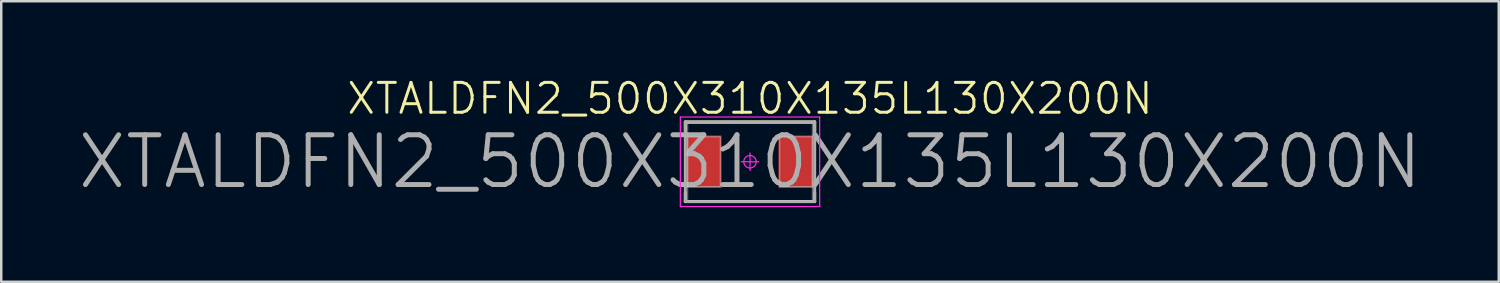
<source format=kicad_pcb>
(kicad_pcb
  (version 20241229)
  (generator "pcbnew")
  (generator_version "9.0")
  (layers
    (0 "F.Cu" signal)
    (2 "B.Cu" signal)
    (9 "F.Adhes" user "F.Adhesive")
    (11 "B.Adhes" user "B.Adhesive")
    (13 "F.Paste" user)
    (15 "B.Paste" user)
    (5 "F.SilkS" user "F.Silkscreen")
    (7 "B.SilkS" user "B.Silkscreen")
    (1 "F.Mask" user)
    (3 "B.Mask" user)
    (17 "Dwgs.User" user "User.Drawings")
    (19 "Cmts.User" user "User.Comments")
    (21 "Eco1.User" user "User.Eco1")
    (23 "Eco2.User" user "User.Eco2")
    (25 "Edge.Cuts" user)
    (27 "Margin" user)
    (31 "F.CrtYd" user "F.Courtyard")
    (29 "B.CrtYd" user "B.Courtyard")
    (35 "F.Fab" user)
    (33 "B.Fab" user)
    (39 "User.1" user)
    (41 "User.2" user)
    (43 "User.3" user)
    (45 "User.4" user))
  (footprint "XTALDFN2_500X310X135L130X200N"
    (layer "F.Cu")
    (at 27.1 3.453)
    (property "Reference" "XTALDFN2_500X310X135L130X200N" (at 0 -2.54 0) (layer "F.SilkS") (effects (font (size 1.2 1.2) (thickness 0.12))))
    (attr smd)
    (fp_line (start -2.6 -1.6) (end 2.6 -1.6) (stroke (width 0.12) (type solid)) (layer "F.SilkS"))
    (fp_line (start -2.6 -1.236) (end -2.6 -1.6) (stroke (width 0.12) (type solid)) (layer "F.SilkS"))
    (fp_line (start -2.6 1.6) (end -2.6 1.236) (stroke (width 0.12) (type solid)) (layer "F.SilkS"))
    (fp_line (start 2.6 -1.6) (end 2.6 -1.236) (stroke (width 0.12) (type solid)) (layer "F.SilkS"))
    (fp_line (start 2.6 1.236) (end 2.6 1.6) (stroke (width 0.12) (type solid)) (layer "F.SilkS"))
    (fp_line (start 2.6 1.6) (end -2.6 1.6) (stroke (width 0.12) (type solid)) (layer "F.SilkS"))
    (fp_line (start -2.5 -1.55) (end 2.5 -1.55) (stroke (width 0.025) (type solid)) (layer "Dwgs.User"))
    (fp_line (start -2.5 -1) (end -1.2 -1) (stroke (width 0.025) (type solid)) (layer "Dwgs.User"))
    (fp_line (start -2.5 1) (end -2.5 -1) (stroke (width 0.025) (type solid)) (layer "Dwgs.User"))
    (fp_line (start -2.5 1.55) (end -2.5 -1.55) (stroke (width 0.025) (type solid)) (layer "Dwgs.User"))
    (fp_line (start -1.2 -1) (end -1.2 1) (stroke (width 0.025) (type solid)) (layer "Dwgs.User"))
    (fp_line (start -1.2 1) (end -2.5 1) (stroke (width 0.025) (type solid)) (layer "Dwgs.User"))
    (fp_line (start 1.2 -1) (end 2.5 -1) (stroke (width 0.025) (type solid)) (layer "Dwgs.User"))
    (fp_line (start 1.2 1) (end 1.2 -1) (stroke (width 0.025) (type solid)) (layer "Dwgs.User"))
    (fp_line (start 2.5 -1.55) (end 2.5 1.55) (stroke (width 0.025) (type solid)) (layer "Dwgs.User"))
    (fp_line (start 2.5 -1) (end 2.5 1) (stroke (width 0.025) (type solid)) (layer "Dwgs.User"))
    (fp_line (start 2.5 1) (end 1.2 1) (stroke (width 0.025) (type solid)) (layer "Dwgs.User"))
    (fp_line (start 2.5 1.55) (end -2.5 1.55) (stroke (width 0.025) (type solid)) (layer "Dwgs.User"))
    (fp_line (start -2.8 -1.8) (end -2.8 1.8) (stroke (width 0.05) (type solid)) (layer "F.CrtYd"))
    (fp_line (start -2.8 1.8) (end 2.8 1.8) (stroke (width 0.05) (type solid)) (layer "F.CrtYd"))
    (fp_line (start 0 -0.35) (end 0 0.35) (stroke (width 0.05) (type solid)) (layer "F.CrtYd"))
    (fp_line (start 0.35 0) (end -0.35 0) (stroke (width 0.05) (type solid)) (layer "F.CrtYd"))
    (fp_line (start 2.8 -1.8) (end -2.8 -1.8) (stroke (width 0.05) (type solid)) (layer "F.CrtYd"))
    (fp_line (start 2.8 1.8) (end 2.8 -1.8) (stroke (width 0.05) (type solid)) (layer "F.CrtYd"))
    (fp_circle (center 0 0) (end 0 0.25) (stroke (width 0.05) (type solid)) (fill no) (layer "F.CrtYd"))
    (fp_line (start -2.6 -1.6) (end 2.6 -1.6) (stroke (width 0.12) (type solid)) (layer "F.Fab"))
    (fp_line (start -2.6 1.6) (end -2.6 -1.6) (stroke (width 0.12) (type solid)) (layer "F.Fab"))
    (fp_line (start 2.6 -1.6) (end 2.6 1.6) (stroke (width 0.12) (type solid)) (layer "F.Fab"))
    (fp_line (start 2.6 1.6) (end -2.6 1.6) (stroke (width 0.12) (type solid)) (layer "F.Fab"))
    (fp_text user "${REFERENCE}" (at 0 0 0) (layer "F.Fab") (effects (font (size 2 2) (thickness 0.2))))
    (pad "1" smd rect (at -1.85 0) (size 1.412 2.112) (layers "F.Cu" "F.Mask" "F.Paste"))
    (pad "2" smd rect (at 1.85 0) (size 1.412 2.112) (layers "F.Cu" "F.Mask" "F.Paste")))
  (gr_rect
    (start -3 -3)
    (end 57.2 8.278)
    (stroke (width 0.1) (type default))
    (fill no)
    (layer "Edge.Cuts")))
</source>
